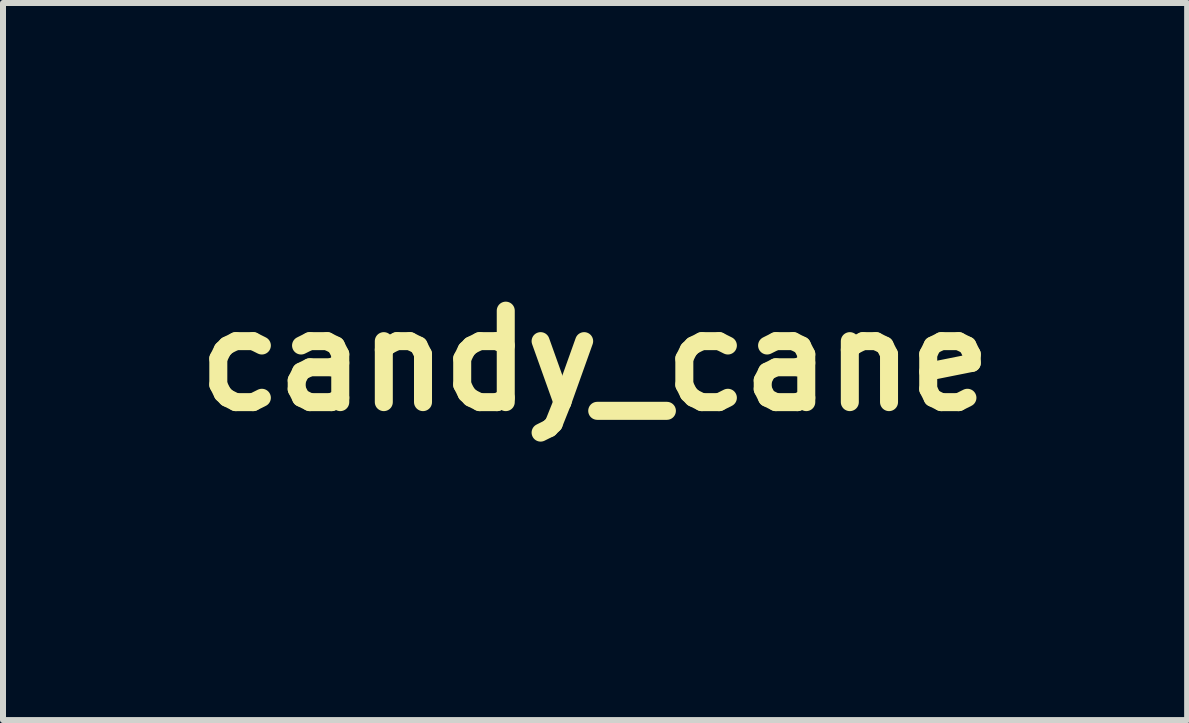
<source format=kicad_pcb>
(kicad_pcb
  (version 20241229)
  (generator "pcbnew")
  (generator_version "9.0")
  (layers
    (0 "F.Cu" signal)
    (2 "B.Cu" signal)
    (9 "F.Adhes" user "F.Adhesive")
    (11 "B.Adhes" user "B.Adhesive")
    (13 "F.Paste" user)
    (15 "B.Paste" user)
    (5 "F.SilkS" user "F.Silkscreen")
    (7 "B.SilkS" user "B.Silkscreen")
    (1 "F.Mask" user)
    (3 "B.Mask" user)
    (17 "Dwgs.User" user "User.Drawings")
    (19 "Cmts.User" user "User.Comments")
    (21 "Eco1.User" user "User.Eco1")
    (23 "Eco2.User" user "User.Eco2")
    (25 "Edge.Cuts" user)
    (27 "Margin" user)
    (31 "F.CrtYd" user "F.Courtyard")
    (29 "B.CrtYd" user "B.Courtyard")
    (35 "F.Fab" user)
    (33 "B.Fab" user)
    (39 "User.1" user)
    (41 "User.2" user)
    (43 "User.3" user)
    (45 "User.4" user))
  (footprint "candy_cane"
    (layer "F.Cu")
    (at 6.865 2.961)
    (property "Reference" "candy_cane" (at 0 0 0) (layer "F.SilkS") (effects (font (size 1.524 1.524) (thickness 0.3))))
    (attr board_only exclude_from_pos_files exclude_from_bom)
    (fp_poly (pts (xy 0.224 -2.942) (xy 0.445 -2.89) (xy 0.658 -2.809) (xy 0.858 -2.7) (xy 1.039 -2.565) (xy 1.169 -2.44) (xy 1.319 -2.253) (xy 1.436 -2.054) (xy 1.52 -1.843) (xy 1.572 -1.619) (xy 1.593 -1.38) (xy 1.593 -1.338) (xy 1.589 -1.202) (xy 1.576 -1.076) (xy 1.552 -0.955) (xy 1.515 -0.833) (xy 1.463 -0.704) (xy 1.395 -0.563) (xy 1.308 -0.403) (xy 1.251 -0.306) (xy 1.205 -0.227) (xy 1.146 -0.127) (xy 1.081 -0.014) (xy 1.015 0.1) (xy 0.961 0.192) (xy 0.9 0.3) (xy 0.836 0.41) (xy 0.776 0.514) (xy 0.724 0.603) (xy 0.688 0.665) (xy 0.636 0.755) (xy 0.576 0.86) (xy 0.517 0.961) (xy 0.491 1.006) (xy 0.44 1.095) (xy 0.379 1.199) (xy 0.317 1.305) (xy 0.274 1.38) (xy 0.231 1.454) (xy 0.195 1.516) (xy 0.169 1.561) (xy 0.158 1.583) (xy 0.157 1.584) (xy 0.149 1.6) (xy 0.125 1.641) (xy 0.09 1.703) (xy 0.044 1.781) (xy -0.008 1.869) (xy -0.01 1.873) (xy -0.075 1.984) (xy -0.144 2.103) (xy -0.212 2.221) (xy -0.272 2.325) (xy -0.302 2.378) (xy -0.396 2.541) (xy -0.475 2.672) (xy -0.539 2.771) (xy -0.589 2.84) (xy -0.615 2.869) (xy -0.708 2.934) (xy -0.818 2.974) (xy -0.936 2.987) (xy -1.053 2.971) (xy -1.082 2.962) (xy -1.137 2.933) (xy -1.202 2.888) (xy -1.25 2.845) (xy -1.3 2.793) (xy -1.331 2.751) (xy -1.35 2.705) (xy -1.363 2.646) (xy -1.372 2.59) (xy -1.376 2.538) (xy -1.373 2.487) (xy -1.361 2.433) (xy -1.339 2.371) (xy -1.305 2.298) (xy -1.257 2.208) (xy -1.195 2.098) (xy -1.117 1.964) (xy -1.093 1.924) (xy -1.041 1.835) (xy -0.995 1.757) (xy -0.959 1.695) (xy -0.936 1.653) (xy -0.927 1.637) (xy -0.927 1.637) (xy -0.919 1.62) (xy -0.897 1.581) (xy -0.865 1.525) (xy -0.828 1.459) (xy -0.789 1.392) (xy -0.752 1.328) (xy -0.721 1.276) (xy -0.7 1.242) (xy -0.684 1.216) (xy -0.656 1.168) (xy -0.62 1.106) (xy -0.602 1.076) (xy -0.565 1.014) (xy -0.534 0.964) (xy -0.514 0.933) (xy -0.509 0.927) (xy -0.496 0.903) (xy -0.495 0.9) (xy -0.486 0.881) (xy -0.462 0.837) (xy -0.427 0.774) (xy -0.383 0.698) (xy -0.335 0.614) (xy -0.284 0.527) (xy -0.235 0.443) (xy -0.19 0.368) (xy -0.153 0.306) (xy -0.127 0.265) (xy -0.126 0.262) (xy -0.105 0.229) (xy -0.096 0.21) (xy -0.088 0.192) (xy -0.066 0.15) (xy -0.034 0.091) (xy -0.003 0.035) (xy 0.04 -0.042) (xy 0.071 -0.096) (xy 0.093 -0.134) (xy 0.111 -0.164) (xy 0.13 -0.194) (xy 0.153 -0.229) (xy 0.159 -0.238) (xy 0.191 -0.289) (xy 0.231 -0.356) (xy 0.266 -0.42) (xy 0.314 -0.507) (xy 0.371 -0.606) (xy 0.429 -0.708) (xy 0.485 -0.802) (xy 0.532 -0.88) (xy 0.547 -0.903) (xy 0.621 -1.049) (xy 0.664 -1.199) (xy 0.674 -1.349) (xy 0.652 -1.496) (xy 0.62 -1.588) (xy 0.587 -1.661) (xy 0.56 -1.712) (xy 0.532 -1.752) (xy 0.496 -1.794) (xy 0.468 -1.823) (xy 0.356 -1.915) (xy 0.224 -1.981) (xy 0.08 -2.019) (xy 0.038 -2.024) (xy -0.122 -2.023) (xy -0.267 -1.992) (xy -0.399 -1.93) (xy -0.519 -1.837) (xy -0.628 -1.711) (xy -0.708 -1.587) (xy -0.748 -1.529) (xy -0.798 -1.473) (xy -0.85 -1.424) (xy -0.897 -1.392) (xy -0.927 -1.382) (xy -0.964 -1.37) (xy -0.977 -1.36) (xy -1.012 -1.345) (xy -1.071 -1.338) (xy -1.142 -1.34) (xy -1.215 -1.35) (xy -1.28 -1.367) (xy -1.307 -1.379) (xy -1.351 -1.407) (xy -1.4 -1.444) (xy -1.445 -1.484) (xy -1.479 -1.52) (xy -1.496 -1.546) (xy -1.496 -1.554) (xy -1.498 -1.572) (xy -1.511 -1.59) (xy -1.539 -1.64) (xy -1.559 -1.709) (xy -1.568 -1.785) (xy -1.565 -1.843) (xy -1.545 -1.913) (xy -1.508 -2.004) (xy -1.456 -2.105) (xy -1.394 -2.211) (xy -1.371 -2.248) (xy -1.245 -2.411) (xy -1.09 -2.561) (xy -0.914 -2.693) (xy -0.73 -2.799) (xy -0.656 -2.834) (xy -0.592 -2.862) (xy -0.545 -2.881) (xy -0.524 -2.886) (xy -0.489 -2.895) (xy -0.48 -2.901) (xy -0.45 -2.914) (xy -0.393 -2.927) (xy -0.316 -2.939) (xy -0.227 -2.949) (xy -0.134 -2.957) (xy -0.046 -2.961) (xy 0 -2.961)) (stroke (width 0) (type solid)) (fill yes) (layer "F.Mask")))
  (gr_rect
    (start -3 -3)
    (end 16.731 8.948)
    (stroke (width 0.1) (type default))
    (fill no)
    (layer "Edge.Cuts")))
</source>
